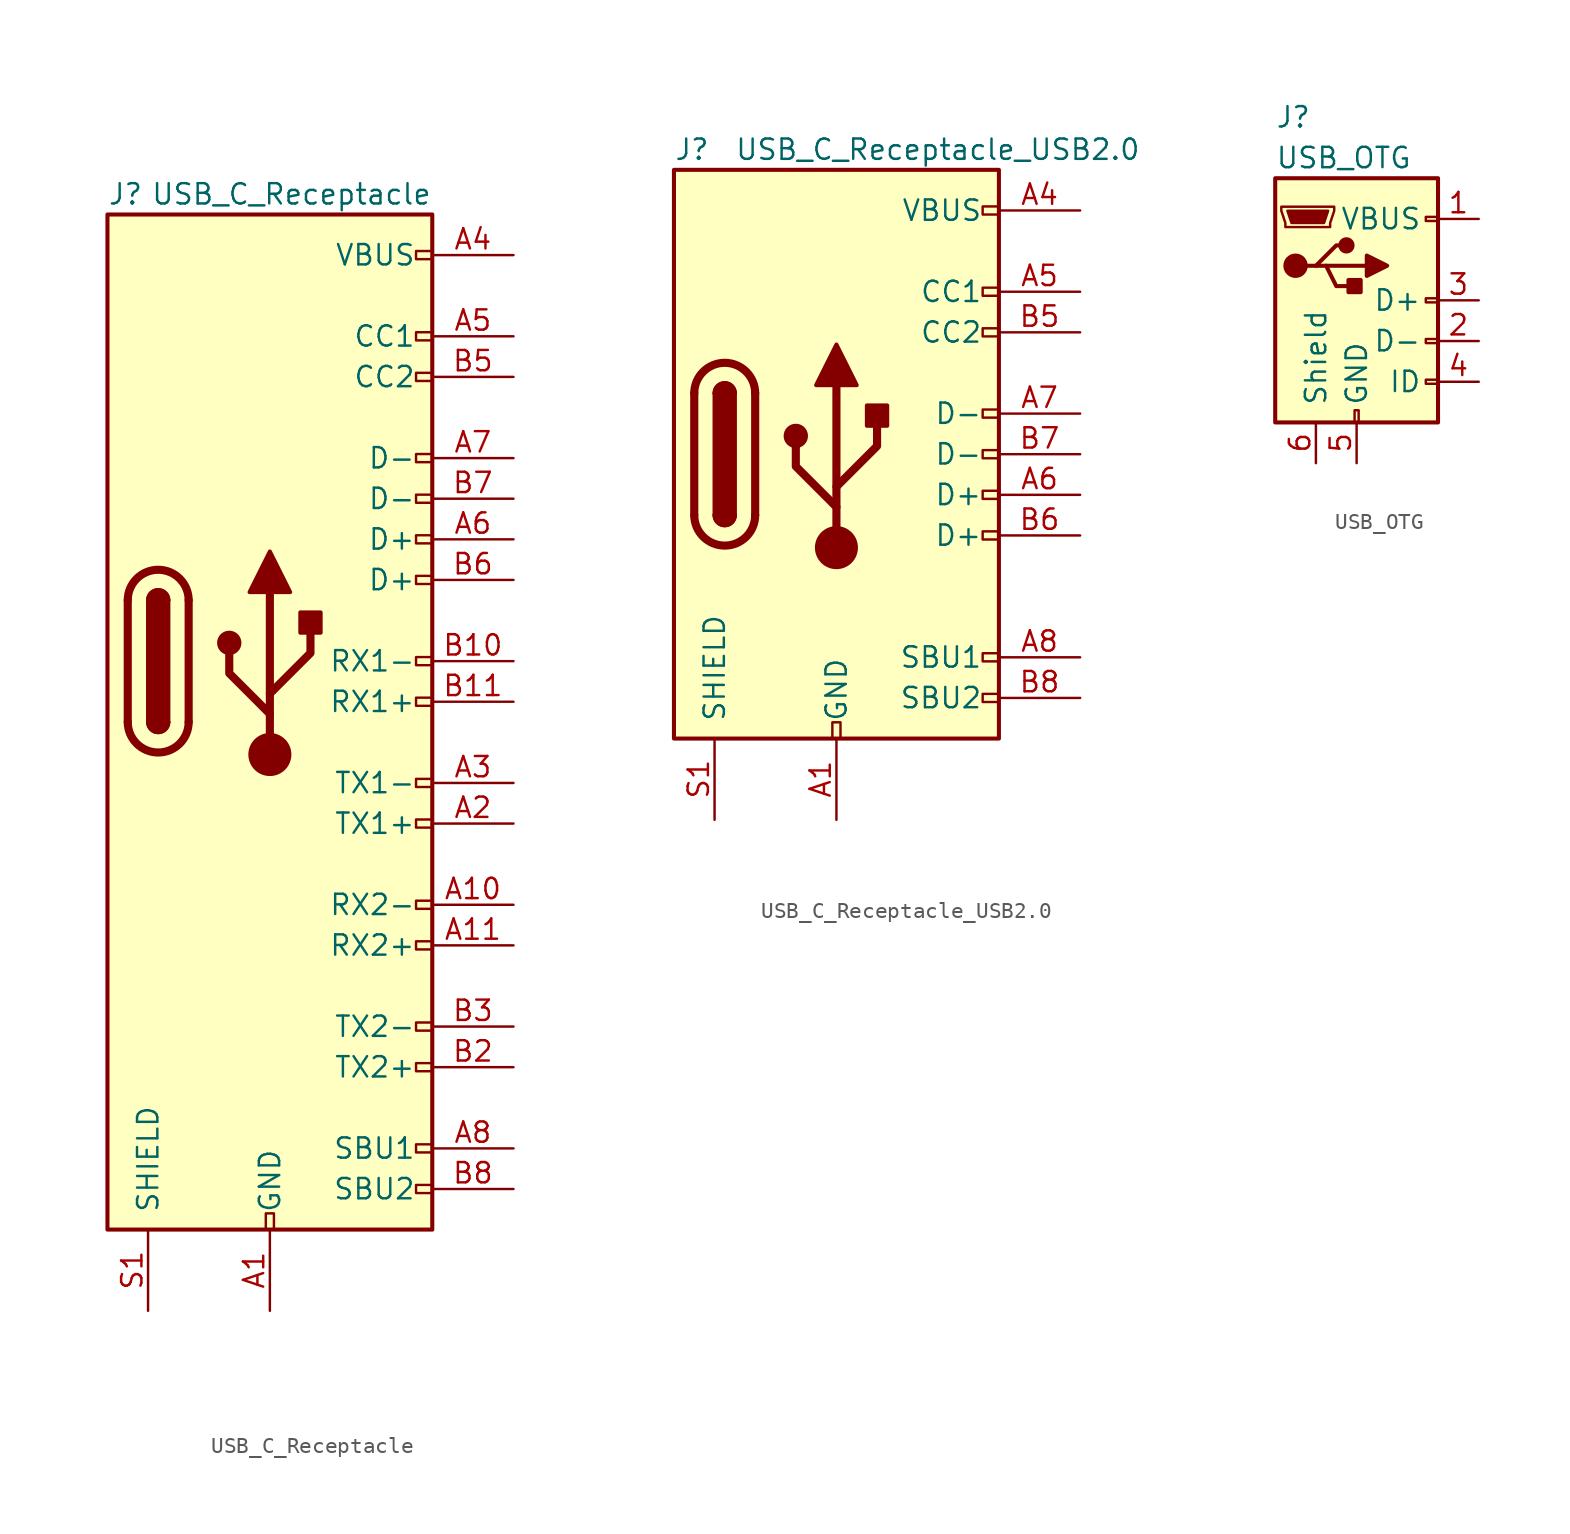
<source format=kicad_sym>
(kicad_symbol_lib
  (version 20201005)
  (generator kicad_symbol_editor)
  (symbol "USB_C_Receptacle"
    (pin_names
      (offset 1.016))
    (property "Reference" "J"
      (at -10.16 29.21 0)
      (effects (font (size 1.27 1.27)) (justify left)))
    (property "Value" "USB_C_Receptacle"
      (at 10.16 29.21 0)
      (effects (font (size 1.27 1.27)) (justify right)))
    (symbol "USB_C_Receptacle_0_0"
      (rectangle (start -0.254 -35.56) (end 0.254 -34.544) (stroke (width 0)) (fill (type none)))
      (rectangle (start 10.16 -32.766) (end 9.144 -33.274) (stroke (width 0)) (fill (type none)))
      (rectangle (start 10.16 -30.226) (end 9.144 -30.734) (stroke (width 0)) (fill (type none)))
      (rectangle (start 10.16 -25.146) (end 9.144 -25.654) (stroke (width 0)) (fill (type none)))
      (rectangle (start 10.16 -22.606) (end 9.144 -23.114) (stroke (width 0)) (fill (type none)))
      (rectangle (start 10.16 -17.526) (end 9.144 -18.034) (stroke (width 0)) (fill (type none)))
      (rectangle (start 10.16 -14.986) (end 9.144 -15.494) (stroke (width 0)) (fill (type none)))
      (rectangle (start 10.16 -9.906) (end 9.144 -10.414) (stroke (width 0)) (fill (type none)))
      (rectangle (start 10.16 -7.366) (end 9.144 -7.874) (stroke (width 0)) (fill (type none)))
      (rectangle (start 10.16 -2.286) (end 9.144 -2.794) (stroke (width 0)) (fill (type none)))
      (rectangle (start 10.16 0.254) (end 9.144 -0.254) (stroke (width 0)) (fill (type none)))
      (rectangle (start 10.16 5.334) (end 9.144 4.826) (stroke (width 0)) (fill (type none)))
      (rectangle (start 10.16 7.874) (end 9.144 7.366) (stroke (width 0)) (fill (type none)))
      (rectangle (start 10.16 10.414) (end 9.144 9.906) (stroke (width 0)) (fill (type none)))
      (rectangle (start 10.16 12.954) (end 9.144 12.446) (stroke (width 0)) (fill (type none)))
      (rectangle (start 10.16 18.034) (end 9.144 17.526) (stroke (width 0)) (fill (type none)))
      (rectangle (start 10.16 20.574) (end 9.144 20.066) (stroke (width 0)) (fill (type none)))
      (rectangle (start 10.16 25.654) (end 9.144 25.146) (stroke (width 0)) (fill (type none))))
    (symbol "USB_C_Receptacle_0_1"
      (arc (start -8.89 -3.81) (end -5.08 -3.81) (radius (at -6.985 -3.81) (length 1.905) (angles -179.9 -0.1)) (stroke (width 0.508)) (fill (type none)))
      (arc (start -7.62 -3.81) (end -6.35 -3.81) (radius (at -6.985 -3.81) (length 0.635) (angles -179.9 -0.1)) (stroke (width 0.254)) (fill (type none)))
      (arc (start -7.62 -3.81) (end -6.35 -3.81) (radius (at -6.985 -3.81) (length 0.635) (angles -179.9 -0.1)) (stroke (width 0.254)) (fill (type outline)))
      (arc (start -6.35 3.81) (end -7.62 3.81) (radius (at -6.985 3.81) (length 0.635) (angles 0.1 179.9)) (stroke (width 0.254)) (fill (type outline)))
      (arc (start -6.35 3.81) (end -7.62 3.81) (radius (at -6.985 3.81) (length 0.635) (angles 0.1 179.9)) (stroke (width 0.254)) (fill (type none)))
      (arc (start -5.08 3.81) (end -8.89 3.81) (radius (at -6.985 3.81) (length 1.905) (angles 0.1 179.9)) (stroke (width 0.508)) (fill (type none)))
      (rectangle (start -10.16 27.94) (end 10.16 -35.56) (stroke (width 0.254)) (fill (type background)))
      (rectangle (start -7.62 -3.81) (end -6.35 3.81) (stroke (width 0.254)) (fill (type outline)))
      (polyline (pts (xy -8.89 -3.81) (xy -8.89 3.81)) (stroke (width 0.508)) (fill (type none)))
      (polyline (pts (xy -5.08 3.81) (xy -5.08 -3.81)) (stroke (width 0.508)) (fill (type none))))
    (symbol "USB_C_Receptacle_1_1"
      (circle (center -2.54 1.143) (radius 0.635) (stroke (width 0.254)) (fill (type outline)))
      (circle (center 0 -5.842) (radius 1.27) (stroke (width 0)) (fill (type outline)))
      (rectangle (start 1.905 1.778) (end 3.175 3.048) (stroke (width 0.254)) (fill (type outline)))
      (polyline (pts (xy 0 -5.842) (xy 0 4.318)) (stroke (width 0.508)) (fill (type none)))
      (polyline (pts (xy 0 -3.302) (xy -2.54 -0.762) (xy -2.54 0.508)) (stroke (width 0.508)) (fill (type none)))
      (polyline (pts (xy 0 -2.032) (xy 2.54 0.508) (xy 2.54 1.778)) (stroke (width 0.508)) (fill (type none)))
      (polyline (pts (xy -1.27 4.318) (xy 0 6.858) (xy 1.27 4.318) (xy -1.27 4.318)) (stroke (width 0.254)) (fill (type outline)))
      (pin passive line (at 0 -40.64 90) (length 5.08) (name "GND" (effects (font (size 1.27 1.27)))) (number "A1" (effects (font (size 1.27 1.27)))))
      (pin bidirectional line (at 15.24 -15.24 180) (length 5.08) (name "RX2-" (effects (font (size 1.27 1.27)))) (number "A10" (effects (font (size 1.27 1.27)))))
      (pin bidirectional line (at 15.24 -17.78 180) (length 5.08) (name "RX2+" (effects (font (size 1.27 1.27)))) (number "A11" (effects (font (size 1.27 1.27)))))
      (pin passive line (at 0 -40.64 90) (length 5.08) hide (name "GND" (effects (font (size 1.27 1.27)))) (number "A12" (effects (font (size 1.27 1.27)))))
      (pin bidirectional line (at 15.24 -10.16 180) (length 5.08) (name "TX1+" (effects (font (size 1.27 1.27)))) (number "A2" (effects (font (size 1.27 1.27)))))
      (pin bidirectional line (at 15.24 -7.62 180) (length 5.08) (name "TX1-" (effects (font (size 1.27 1.27)))) (number "A3" (effects (font (size 1.27 1.27)))))
      (pin passive line (at 15.24 25.4 180) (length 5.08) (name "VBUS" (effects (font (size 1.27 1.27)))) (number "A4" (effects (font (size 1.27 1.27)))))
      (pin bidirectional line (at 15.24 20.32 180) (length 5.08) (name "CC1" (effects (font (size 1.27 1.27)))) (number "A5" (effects (font (size 1.27 1.27)))))
      (pin bidirectional line (at 15.24 7.62 180) (length 5.08) (name "D+" (effects (font (size 1.27 1.27)))) (number "A6" (effects (font (size 1.27 1.27)))))
      (pin bidirectional line (at 15.24 12.7 180) (length 5.08) (name "D-" (effects (font (size 1.27 1.27)))) (number "A7" (effects (font (size 1.27 1.27)))))
      (pin bidirectional line (at 15.24 -30.48 180) (length 5.08) (name "SBU1" (effects (font (size 1.27 1.27)))) (number "A8" (effects (font (size 1.27 1.27)))))
      (pin passive line (at 15.24 25.4 180) (length 5.08) hide (name "VBUS" (effects (font (size 1.27 1.27)))) (number "A9" (effects (font (size 1.27 1.27)))))
      (pin passive line (at 0 -40.64 90) (length 5.08) hide (name "GND" (effects (font (size 1.27 1.27)))) (number "B1" (effects (font (size 1.27 1.27)))))
      (pin bidirectional line (at 15.24 0 180) (length 5.08) (name "RX1-" (effects (font (size 1.27 1.27)))) (number "B10" (effects (font (size 1.27 1.27)))))
      (pin bidirectional line (at 15.24 -2.54 180) (length 5.08) (name "RX1+" (effects (font (size 1.27 1.27)))) (number "B11" (effects (font (size 1.27 1.27)))))
      (pin passive line (at 0 -40.64 90) (length 5.08) hide (name "GND" (effects (font (size 1.27 1.27)))) (number "B12" (effects (font (size 1.27 1.27)))))
      (pin bidirectional line (at 15.24 -25.4 180) (length 5.08) (name "TX2+" (effects (font (size 1.27 1.27)))) (number "B2" (effects (font (size 1.27 1.27)))))
      (pin bidirectional line (at 15.24 -22.86 180) (length 5.08) (name "TX2-" (effects (font (size 1.27 1.27)))) (number "B3" (effects (font (size 1.27 1.27)))))
      (pin passive line (at 15.24 25.4 180) (length 5.08) hide (name "VBUS" (effects (font (size 1.27 1.27)))) (number "B4" (effects (font (size 1.27 1.27)))))
      (pin bidirectional line (at 15.24 17.78 180) (length 5.08) (name "CC2" (effects (font (size 1.27 1.27)))) (number "B5" (effects (font (size 1.27 1.27)))))
      (pin bidirectional line (at 15.24 5.08 180) (length 5.08) (name "D+" (effects (font (size 1.27 1.27)))) (number "B6" (effects (font (size 1.27 1.27)))))
      (pin bidirectional line (at 15.24 10.16 180) (length 5.08) (name "D-" (effects (font (size 1.27 1.27)))) (number "B7" (effects (font (size 1.27 1.27)))))
      (pin bidirectional line (at 15.24 -33.02 180) (length 5.08) (name "SBU2" (effects (font (size 1.27 1.27)))) (number "B8" (effects (font (size 1.27 1.27)))))
      (pin passive line (at 15.24 25.4 180) (length 5.08) hide (name "VBUS" (effects (font (size 1.27 1.27)))) (number "B9" (effects (font (size 1.27 1.27)))))
      (pin passive line (at -7.62 -40.64 90) (length 5.08) (name "SHIELD" (effects (font (size 1.27 1.27)))) (number "S1" (effects (font (size 1.27 1.27)))))))
  (symbol "USB_C_Receptacle_USB2.0"
    (pin_names
      (offset 1.016))
    (property "Reference" "J"
      (at -10.16 19.05 0)
      (effects (font (size 1.27 1.27)) (justify left)))
    (property "Value" "USB_C_Receptacle_USB2.0"
      (at 19.05 19.05 0)
      (effects (font (size 1.27 1.27)) (justify right)))
    (symbol "USB_C_Receptacle_USB2.0_0_0"
      (rectangle (start -0.254 -17.78) (end 0.254 -16.764) (stroke (width 0)) (fill (type none)))
      (rectangle (start 10.16 -14.986) (end 9.144 -15.494) (stroke (width 0)) (fill (type none)))
      (rectangle (start 10.16 -12.446) (end 9.144 -12.954) (stroke (width 0)) (fill (type none)))
      (rectangle (start 10.16 -4.826) (end 9.144 -5.334) (stroke (width 0)) (fill (type none)))
      (rectangle (start 10.16 -2.286) (end 9.144 -2.794) (stroke (width 0)) (fill (type none)))
      (rectangle (start 10.16 0.254) (end 9.144 -0.254) (stroke (width 0)) (fill (type none)))
      (rectangle (start 10.16 2.794) (end 9.144 2.286) (stroke (width 0)) (fill (type none)))
      (rectangle (start 10.16 7.874) (end 9.144 7.366) (stroke (width 0)) (fill (type none)))
      (rectangle (start 10.16 10.414) (end 9.144 9.906) (stroke (width 0)) (fill (type none)))
      (rectangle (start 10.16 15.494) (end 9.144 14.986) (stroke (width 0)) (fill (type none))))
    (symbol "USB_C_Receptacle_USB2.0_0_1"
      (arc (start -8.89 -3.81) (end -5.08 -3.81) (radius (at -6.985 -3.81) (length 1.905) (angles -179.9 -0.1)) (stroke (width 0.508)) (fill (type none)))
      (arc (start -7.62 -3.81) (end -6.35 -3.81) (radius (at -6.985 -3.81) (length 0.635) (angles -179.9 -0.1)) (stroke (width 0.254)) (fill (type none)))
      (arc (start -7.62 -3.81) (end -6.35 -3.81) (radius (at -6.985 -3.81) (length 0.635) (angles -179.9 -0.1)) (stroke (width 0.254)) (fill (type outline)))
      (arc (start -6.35 3.81) (end -7.62 3.81) (radius (at -6.985 3.81) (length 0.635) (angles 0.1 179.9)) (stroke (width 0.254)) (fill (type outline)))
      (arc (start -6.35 3.81) (end -7.62 3.81) (radius (at -6.985 3.81) (length 0.635) (angles 0.1 179.9)) (stroke (width 0.254)) (fill (type none)))
      (arc (start -5.08 3.81) (end -8.89 3.81) (radius (at -6.985 3.81) (length 1.905) (angles 0.1 179.9)) (stroke (width 0.508)) (fill (type none)))
      (circle (center -2.54 1.143) (radius 0.635) (stroke (width 0.254)) (fill (type outline)))
      (circle (center 0 -5.842) (radius 1.27) (stroke (width 0)) (fill (type outline)))
      (rectangle (start -10.16 17.78) (end 10.16 -17.78) (stroke (width 0.254)) (fill (type background)))
      (rectangle (start -7.62 -3.81) (end -6.35 3.81) (stroke (width 0.254)) (fill (type outline)))
      (rectangle (start 1.905 1.778) (end 3.175 3.048) (stroke (width 0.254)) (fill (type outline)))
      (polyline (pts (xy -8.89 -3.81) (xy -8.89 3.81)) (stroke (width 0.508)) (fill (type none)))
      (polyline (pts (xy -5.08 3.81) (xy -5.08 -3.81)) (stroke (width 0.508)) (fill (type none)))
      (polyline (pts (xy 0 -5.842) (xy 0 4.318)) (stroke (width 0.508)) (fill (type none)))
      (polyline (pts (xy 0 -3.302) (xy -2.54 -0.762) (xy -2.54 0.508)) (stroke (width 0.508)) (fill (type none)))
      (polyline (pts (xy 0 -2.032) (xy 2.54 0.508) (xy 2.54 1.778)) (stroke (width 0.508)) (fill (type none)))
      (polyline (pts (xy -1.27 4.318) (xy 0 6.858) (xy 1.27 4.318) (xy -1.27 4.318)) (stroke (width 0.254)) (fill (type outline))))
    (symbol "USB_C_Receptacle_USB2.0_1_1"
      (pin passive line (at 0 -22.86 90) (length 5.08) (name "GND" (effects (font (size 1.27 1.27)))) (number "A1" (effects (font (size 1.27 1.27)))))
      (pin passive line (at 0 -22.86 90) (length 5.08) hide (name "GND" (effects (font (size 1.27 1.27)))) (number "A12" (effects (font (size 1.27 1.27)))))
      (pin passive line (at 15.24 15.24 180) (length 5.08) (name "VBUS" (effects (font (size 1.27 1.27)))) (number "A4" (effects (font (size 1.27 1.27)))))
      (pin bidirectional line (at 15.24 10.16 180) (length 5.08) (name "CC1" (effects (font (size 1.27 1.27)))) (number "A5" (effects (font (size 1.27 1.27)))))
      (pin bidirectional line (at 15.24 -2.54 180) (length 5.08) (name "D+" (effects (font (size 1.27 1.27)))) (number "A6" (effects (font (size 1.27 1.27)))))
      (pin bidirectional line (at 15.24 2.54 180) (length 5.08) (name "D-" (effects (font (size 1.27 1.27)))) (number "A7" (effects (font (size 1.27 1.27)))))
      (pin bidirectional line (at 15.24 -12.7 180) (length 5.08) (name "SBU1" (effects (font (size 1.27 1.27)))) (number "A8" (effects (font (size 1.27 1.27)))))
      (pin passive line (at 15.24 15.24 180) (length 5.08) hide (name "VBUS" (effects (font (size 1.27 1.27)))) (number "A9" (effects (font (size 1.27 1.27)))))
      (pin passive line (at 0 -22.86 90) (length 5.08) hide (name "GND" (effects (font (size 1.27 1.27)))) (number "B1" (effects (font (size 1.27 1.27)))))
      (pin passive line (at 0 -22.86 90) (length 5.08) hide (name "GND" (effects (font (size 1.27 1.27)))) (number "B12" (effects (font (size 1.27 1.27)))))
      (pin passive line (at 15.24 15.24 180) (length 5.08) hide (name "VBUS" (effects (font (size 1.27 1.27)))) (number "B4" (effects (font (size 1.27 1.27)))))
      (pin bidirectional line (at 15.24 7.62 180) (length 5.08) (name "CC2" (effects (font (size 1.27 1.27)))) (number "B5" (effects (font (size 1.27 1.27)))))
      (pin bidirectional line (at 15.24 -5.08 180) (length 5.08) (name "D+" (effects (font (size 1.27 1.27)))) (number "B6" (effects (font (size 1.27 1.27)))))
      (pin bidirectional line (at 15.24 0 180) (length 5.08) (name "D-" (effects (font (size 1.27 1.27)))) (number "B7" (effects (font (size 1.27 1.27)))))
      (pin bidirectional line (at 15.24 -15.24 180) (length 5.08) (name "SBU2" (effects (font (size 1.27 1.27)))) (number "B8" (effects (font (size 1.27 1.27)))))
      (pin passive line (at 15.24 15.24 180) (length 5.08) hide (name "VBUS" (effects (font (size 1.27 1.27)))) (number "B9" (effects (font (size 1.27 1.27)))))
      (pin passive line (at -7.62 -22.86 90) (length 5.08) (name "SHIELD" (effects (font (size 1.27 1.27)))) (number "S1" (effects (font (size 1.27 1.27)))))))
  (symbol "USB_OTG"
    (pin_names
      (offset 1.016))
    (property "Reference" "J"
      (at -5.08 11.43 0)
      (effects (font (size 1.27 1.27)) (justify left)))
    (property "Value" "USB_OTG"
      (at -5.08 8.89 0)
      (effects (font (size 1.27 1.27)) (justify left)))
    (symbol "USB_OTG_0_1"
      (circle (center -3.81 2.159) (radius 0.635) (stroke (width 0.254)) (fill (type outline)))
      (circle (center -0.635 3.429) (radius 0.381) (stroke (width 0.254)) (fill (type outline)))
      (rectangle (start -5.08 -7.62) (end 5.08 7.62) (stroke (width 0.254)) (fill (type background)))
      (rectangle (start -0.127 -7.62) (end 0.127 -6.858) (stroke (width 0)) (fill (type none)))
      (rectangle (start 0.254 1.27) (end -0.508 0.508) (stroke (width 0.254)) (fill (type outline)))
      (rectangle (start 5.08 -5.207) (end 4.318 -4.953) (stroke (width 0)) (fill (type none)))
      (rectangle (start 5.08 -2.667) (end 4.318 -2.413) (stroke (width 0)) (fill (type none)))
      (rectangle (start 5.08 -0.127) (end 4.318 0.127) (stroke (width 0)) (fill (type none)))
      (rectangle (start 5.08 4.953) (end 4.318 5.207) (stroke (width 0)) (fill (type none)))
      (polyline (pts (xy -1.905 2.159) (xy 0.635 2.159)) (stroke (width 0.254)) (fill (type none)))
      (polyline (pts (xy -3.175 2.159) (xy -2.54 2.159) (xy -1.27 3.429) (xy -0.635 3.429)) (stroke (width 0.254)) (fill (type none)))
      (polyline (pts (xy -2.54 2.159) (xy -1.905 2.159) (xy -1.27 0.889) (xy 0 0.889)) (stroke (width 0.254)) (fill (type none)))
      (polyline (pts (xy 0.635 2.794) (xy 0.635 1.524) (xy 1.905 2.159) (xy 0.635 2.794)) (stroke (width 0.254)) (fill (type outline)))
      (polyline (pts (xy -4.318 5.588) (xy -1.778 5.588) (xy -2.032 4.826) (xy -4.064 4.826) (xy -4.318 5.588)) (stroke (width 0)) (fill (type outline)))
      (polyline (pts (xy -4.699 5.842) (xy -4.699 5.588) (xy -4.445 4.826) (xy -4.445 4.572) (xy -1.651 4.572) (xy -1.651 4.826) (xy -1.397 5.588) (xy -1.397 5.842) (xy -4.699 5.842)) (stroke (width 0)) (fill (type none))))
    (symbol "USB_OTG_1_1"
      (pin passive line (at 7.62 5.08 180) (length 2.54) (name "VBUS" (effects (font (size 1.27 1.27)))) (number "1" (effects (font (size 1.27 1.27)))))
      (pin bidirectional line (at 7.62 -2.54 180) (length 2.54) (name "D-" (effects (font (size 1.27 1.27)))) (number "2" (effects (font (size 1.27 1.27)))))
      (pin bidirectional line (at 7.62 0 180) (length 2.54) (name "D+" (effects (font (size 1.27 1.27)))) (number "3" (effects (font (size 1.27 1.27)))))
      (pin passive line (at 7.62 -5.08 180) (length 2.54) (name "ID" (effects (font (size 1.27 1.27)))) (number "4" (effects (font (size 1.27 1.27)))))
      (pin passive line (at 0 -10.16 90) (length 2.54) (name "GND" (effects (font (size 1.27 1.27)))) (number "5" (effects (font (size 1.27 1.27)))))
      (pin passive line (at -2.54 -10.16 90) (length 2.54) (name "Shield" (effects (font (size 1.27 1.27)))) (number "6" (effects (font (size 1.27 1.27))))))))
</source>
